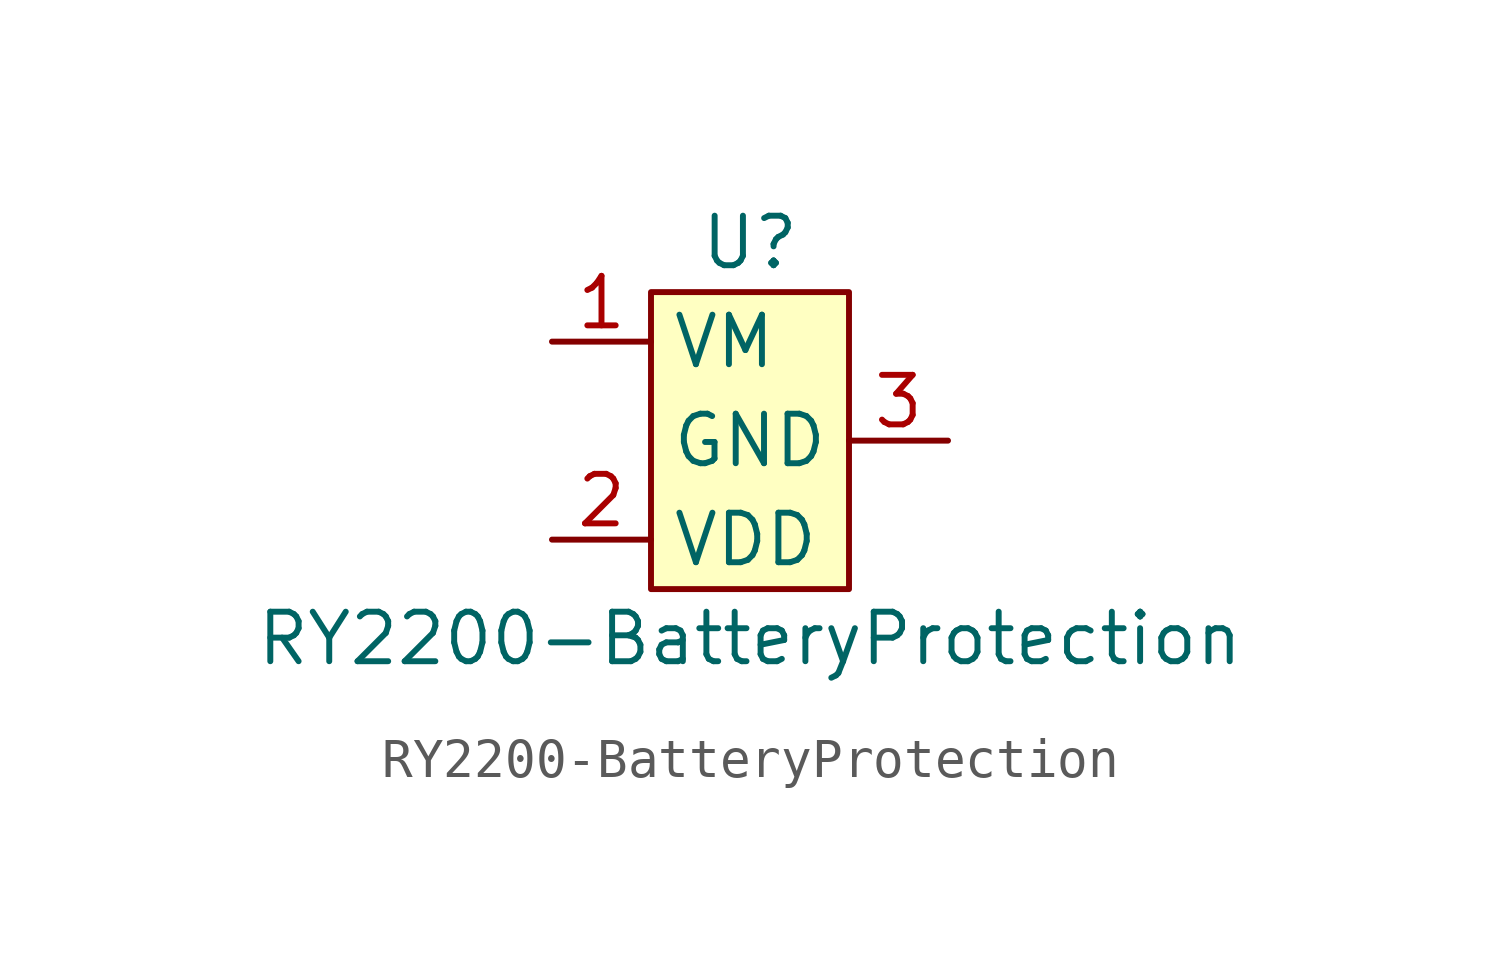
<source format=kicad_sym>
(kicad_symbol_lib
  (version 20211014)
  (generator kicad_symbol_editor)
  (symbol "RY2200-BatteryProtection"
    (property "Reference" "U"
      (at 0 5.08 0)
      (effects (font (size 1.27 1.27))))
    (property "Value" "RY2200-BatteryProtection"
      (at 0 -5.08 0)
      (effects (font (size 1.27 1.27))))
    (symbol "RY2200-BatteryProtection_0_1"
      (rectangle (start -2.54 3.81) (end 2.54 -3.81) (stroke (width 0.152) (type default) (color 0 0 0 0)) (fill (type background))))
    (symbol "RY2200-BatteryProtection_1_1"
      (pin input line (at -5.08 2.54 0) (length 2.54) (name "VM" (effects (font (size 1.27 1.27)))) (number "1" (effects (font (size 1.27 1.27)))))
      (pin input line (at 5.08 0 180) (length 2.54) (name "GND" (effects (font (size 1.27 1.27)))) (number "3" (effects (font (size 1.27 1.27)))))
      (pin input line (at -5.08 -2.54 0) (length 2.54) (name "VDD" (effects (font (size 1.27 1.27)))) (number "2" (effects (font (size 1.27 1.27))))))))
</source>
